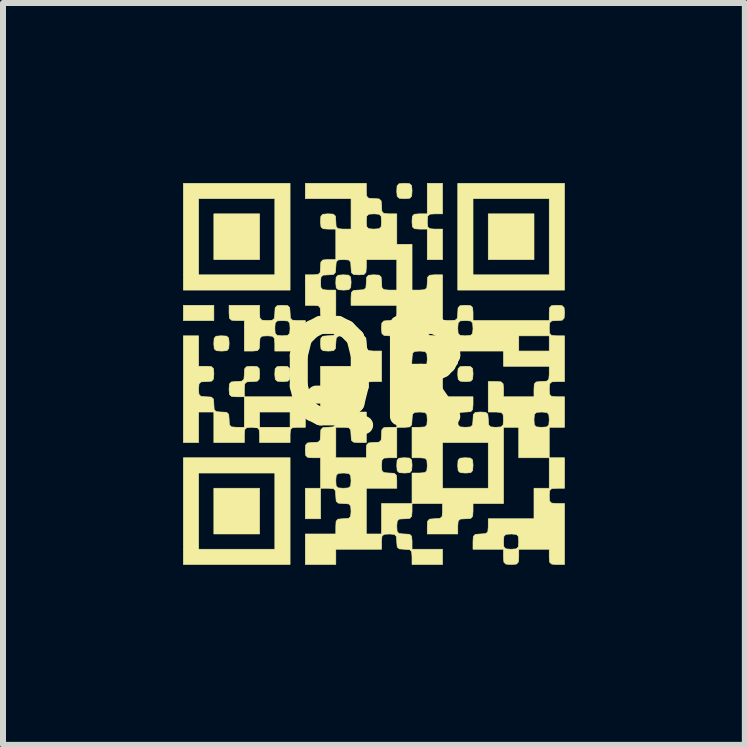
<source format=kicad_pcb>
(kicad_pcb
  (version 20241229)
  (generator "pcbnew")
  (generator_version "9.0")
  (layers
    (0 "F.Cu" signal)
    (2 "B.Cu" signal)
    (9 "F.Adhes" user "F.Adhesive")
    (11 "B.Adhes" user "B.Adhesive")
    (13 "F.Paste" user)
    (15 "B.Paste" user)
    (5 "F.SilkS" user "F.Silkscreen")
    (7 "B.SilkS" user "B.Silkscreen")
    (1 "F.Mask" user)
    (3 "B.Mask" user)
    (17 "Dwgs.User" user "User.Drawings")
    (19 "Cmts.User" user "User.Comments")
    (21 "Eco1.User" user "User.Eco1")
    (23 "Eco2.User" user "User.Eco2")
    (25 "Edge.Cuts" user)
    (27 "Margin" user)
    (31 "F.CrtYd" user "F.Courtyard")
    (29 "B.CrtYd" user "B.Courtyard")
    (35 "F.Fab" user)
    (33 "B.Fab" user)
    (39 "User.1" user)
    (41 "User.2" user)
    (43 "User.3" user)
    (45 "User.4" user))
  (footprint "QR"
    (layer "F.Cu")
    (at 3.198 3.198)
    (property "Reference" "QR" (at 0 0 0) (layer "F.SilkS") (effects (font (size 1.524 1.524) (thickness 0.3))))
    (attr through_hole)
    (fp_poly (pts (xy -2.685 -0.907) (xy -3.193 -0.907) (xy -3.193 -1.161) (xy -2.685 -1.161) (xy -2.685 -0.907)) (stroke (width 0.01) (type solid)) (fill yes) (layer "F.SilkS"))
    (fp_poly (pts (xy -1.923 -1.923) (xy -2.685 -1.923) (xy -2.685 -2.685) (xy -1.923 -2.685) (xy -1.923 -1.923)) (stroke (width 0.01) (type solid)) (fill yes) (layer "F.SilkS"))
    (fp_poly (pts (xy -1.923 2.649) (xy -2.685 2.649) (xy -2.685 1.887) (xy -1.923 1.887) (xy -1.923 2.649)) (stroke (width 0.01) (type solid)) (fill yes) (layer "F.SilkS"))
    (fp_poly (pts (xy -0.907 2.395) (xy -1.161 2.395) (xy -1.161 1.887) (xy -0.907 1.887) (xy -0.907 2.395)) (stroke (width 0.01) (type solid)) (fill yes) (layer "F.SilkS"))
    (fp_poly (pts (xy 2.649 -1.923) (xy 1.887 -1.923) (xy 1.887 -2.685) (xy 2.649 -2.685) (xy 2.649 -1.923)) (stroke (width 0.01) (type solid)) (fill yes) (layer "F.SilkS"))
    (fp_poly (pts (xy -1.415 -1.415) (xy -3.193 -1.415) (xy -3.193 -2.939) (xy -2.939 -2.939) (xy -2.939 -1.669) (xy -1.669 -1.669) (xy -1.669 -2.939) (xy -2.939 -2.939) (xy -3.193 -2.939) (xy -3.193 -3.193) (xy -1.415 -3.193) (xy -1.415 -1.415)) (stroke (width 0.01) (type solid)) (fill yes) (layer "F.SilkS"))
    (fp_poly (pts (xy -1.415 3.157) (xy -3.193 3.157) (xy -3.193 1.633) (xy -2.939 1.633) (xy -2.939 2.903) (xy -1.669 2.903) (xy -1.669 1.633) (xy -2.939 1.633) (xy -3.193 1.633) (xy -3.193 1.379) (xy -1.415 1.379) (xy -1.415 3.157)) (stroke (width 0.01) (type solid)) (fill yes) (layer "F.SilkS"))
    (fp_poly (pts (xy 3.157 -1.415) (xy 1.379 -1.415) (xy 1.379 -2.939) (xy 1.633 -2.939) (xy 1.633 -1.669) (xy 2.903 -1.669) (xy 2.903 -2.939) (xy 1.633 -2.939) (xy 1.379 -2.939) (xy 1.379 -3.193) (xy 3.157 -3.193) (xy 3.157 -1.415)) (stroke (width 0.01) (type solid)) (fill yes) (layer "F.SilkS"))
    (fp_poly (pts (xy -2.473 -0.648) (xy -2.438 -0.616) (xy -2.431 -0.536) (xy -2.431 -0.526) (xy -2.437 -0.441) (xy -2.468 -0.406) (xy -2.548 -0.399) (xy -2.558 -0.399) (xy -2.643 -0.405) (xy -2.678 -0.436) (xy -2.685 -0.516) (xy -2.685 -0.526) (xy -2.68 -0.611) (xy -2.648 -0.646) (xy -2.568 -0.653) (xy -2.558 -0.653) (xy -2.473 -0.648)) (stroke (width 0.01) (type solid)) (fill yes) (layer "F.SilkS"))
    (fp_poly (pts (xy -1.457 -0.14) (xy -1.422 -0.108) (xy -1.415 -0.028) (xy -1.415 -0.018) (xy -1.421 0.067) (xy -1.452 0.102) (xy -1.532 0.109) (xy -1.542 0.109) (xy -1.627 0.103) (xy -1.662 0.072) (xy -1.669 -0.008) (xy -1.669 -0.018) (xy -1.664 -0.103) (xy -1.632 -0.138) (xy -1.552 -0.145) (xy -1.542 -0.145) (xy -1.457 -0.14)) (stroke (width 0.01) (type solid)) (fill yes) (layer "F.SilkS"))
    (fp_poly (pts (xy -0.441 -1.664) (xy -0.406 -1.632) (xy -0.399 -1.552) (xy -0.399 -1.542) (xy -0.405 -1.457) (xy -0.436 -1.422) (xy -0.516 -1.415) (xy -0.526 -1.415) (xy -0.611 -1.421) (xy -0.646 -1.452) (xy -0.653 -1.532) (xy -0.653 -1.542) (xy -0.648 -1.627) (xy -0.616 -1.662) (xy -0.536 -1.669) (xy -0.526 -1.669) (xy -0.441 -1.664)) (stroke (width 0.01) (type solid)) (fill yes) (layer "F.SilkS"))
    (fp_poly (pts (xy 0.575 -3.188) (xy 0.61 -3.156) (xy 0.617 -3.076) (xy 0.617 -3.066) (xy 0.611 -2.981) (xy 0.58 -2.946) (xy 0.5 -2.939) (xy 0.49 -2.939) (xy 0.405 -2.945) (xy 0.37 -2.976) (xy 0.363 -3.056) (xy 0.363 -3.066) (xy 0.368 -3.151) (xy 0.4 -3.186) (xy 0.48 -3.193) (xy 0.49 -3.193) (xy 0.575 -3.188)) (stroke (width 0.01) (type solid)) (fill yes) (layer "F.SilkS"))
    (fp_poly (pts (xy 0.575 1.384) (xy 0.61 1.416) (xy 0.617 1.496) (xy 0.617 1.506) (xy 0.611 1.591) (xy 0.58 1.626) (xy 0.5 1.633) (xy 0.49 1.633) (xy 0.405 1.627) (xy 0.37 1.596) (xy 0.363 1.516) (xy 0.363 1.506) (xy 0.368 1.421) (xy 0.4 1.386) (xy 0.48 1.379) (xy 0.49 1.379) (xy 0.575 1.384)) (stroke (width 0.01) (type solid)) (fill yes) (layer "F.SilkS"))
    (fp_poly (pts (xy 1.591 -0.14) (xy 1.626 -0.108) (xy 1.633 -0.028) (xy 1.633 -0.018) (xy 1.627 0.067) (xy 1.596 0.102) (xy 1.516 0.109) (xy 1.506 0.109) (xy 1.421 0.103) (xy 1.386 0.072) (xy 1.379 -0.008) (xy 1.379 -0.018) (xy 1.384 -0.103) (xy 1.416 -0.138) (xy 1.496 -0.145) (xy 1.506 -0.145) (xy 1.591 -0.14)) (stroke (width 0.01) (type solid)) (fill yes) (layer "F.SilkS"))
    (fp_poly (pts (xy 1.591 1.384) (xy 1.626 1.416) (xy 1.633 1.496) (xy 1.633 1.506) (xy 1.627 1.591) (xy 1.596 1.626) (xy 1.516 1.633) (xy 1.506 1.633) (xy 1.421 1.627) (xy 1.386 1.596) (xy 1.379 1.516) (xy 1.379 1.506) (xy 1.384 1.421) (xy 1.416 1.386) (xy 1.496 1.379) (xy 1.506 1.379) (xy 1.591 1.384)) (stroke (width 0.01) (type solid)) (fill yes) (layer "F.SilkS"))
    (fp_poly (pts (xy 1.125 -2.685) (xy 0.998 -2.685) (xy 0.913 -2.68) (xy 0.878 -2.648) (xy 0.871 -2.568) (xy 0.871 -2.558) (xy 0.876 -2.473) (xy 0.908 -2.438) (xy 0.988 -2.431) (xy 0.998 -2.431) (xy 1.125 -2.431) (xy 1.125 -1.923) (xy 0.871 -1.923) (xy 0.871 -2.431) (xy 0.744 -2.431) (xy 0.659 -2.437) (xy 0.624 -2.468) (xy 0.617 -2.548) (xy 0.617 -2.558) (xy 0.622 -2.643) (xy 0.654 -2.678) (xy 0.734 -2.685) (xy 0.744 -2.685) (xy 0.871 -2.685) (xy 0.871 -3.193) (xy 1.125 -3.193) (xy 1.125 -2.685)) (stroke (width 0.01) (type solid)) (fill yes) (layer "F.SilkS"))
    (fp_poly (pts (xy -2.304 0.363) (xy -2.389 0.357) (xy -2.424 0.326) (xy -2.431 0.246) (xy -2.431 0.236) (xy -2.426 0.151) (xy -2.394 0.116) (xy -2.314 0.109) (xy -2.304 0.109) (xy -2.219 0.103) (xy -2.184 0.072) (xy -2.177 -0.008) (xy -2.177 -0.018) (xy -2.172 -0.103) (xy -2.14 -0.138) (xy -2.06 -0.145) (xy -2.05 -0.145) (xy -1.965 -0.14) (xy -1.93 -0.108) (xy -1.923 -0.028) (xy -1.923 -0.018) (xy -1.929 0.067) (xy -1.96 0.102) (xy -2.04 0.109) (xy -2.05 0.109) (xy -2.135 0.114) (xy -2.17 0.146) (xy -2.177 0.226) (xy -2.177 0.236) (xy -2.177 0.363) (xy -2.304 0.363)) (stroke (width 0.01) (type solid)) (fill yes) (layer "F.SilkS"))
    (fp_poly (pts (xy 3.157 1.379) (xy 3.157 1.887) (xy 3.03 1.887) (xy 2.945 1.892) (xy 2.91 1.924) (xy 2.903 2.004) (xy 2.903 2.014) (xy 2.908 2.099) (xy 2.94 2.134) (xy 3.02 2.141) (xy 3.03 2.141) (xy 3.157 2.141) (xy 3.157 3.157) (xy 3.03 3.157) (xy 2.945 3.151) (xy 2.91 3.12) (xy 2.903 3.04) (xy 2.903 3.03) (xy 2.903 2.903) (xy 2.395 2.903) (xy 2.395 3.03) (xy 2.389 3.115) (xy 2.358 3.15) (xy 2.278 3.157) (xy 2.268 3.157) (xy 2.183 3.151) (xy 2.148 3.12) (xy 2.141 3.04) (xy 2.141 3.03) (xy 2.141 2.903) (xy 1.633 2.903) (xy 1.633 2.776) (xy 2.141 2.776) (xy 2.146 2.861) (xy 2.178 2.896) (xy 2.258 2.903) (xy 2.268 2.903) (xy 2.353 2.897) (xy 2.388 2.866) (xy 2.395 2.786) (xy 2.395 2.776) (xy 2.389 2.691) (xy 2.358 2.656) (xy 2.278 2.649) (xy 2.268 2.649) (xy 2.183 2.654) (xy 2.148 2.686) (xy 2.141 2.766) (xy 2.141 2.776) (xy 1.633 2.776) (xy 1.638 2.691) (xy 1.67 2.656) (xy 1.75 2.649) (xy 1.76 2.649) (xy 1.845 2.643) (xy 1.88 2.612) (xy 1.887 2.532) (xy 1.887 2.522) (xy 1.887 2.395) (xy 2.649 2.395) (xy 2.649 1.887) (xy 2.903 1.887) (xy 2.903 1.379) (xy 3.157 1.379)) (stroke (width 0.01) (type solid)) (fill yes) (layer "F.SilkS"))
    (fp_poly (pts (xy -1.923 -1.034) (xy -1.918 -0.949) (xy -1.886 -0.914) (xy -1.806 -0.907) (xy -1.796 -0.907) (xy -1.711 -0.913) (xy -1.676 -0.944) (xy -1.669 -1.024) (xy -1.669 -1.034) (xy -1.664 -1.119) (xy -1.632 -1.154) (xy -1.552 -1.161) (xy -1.542 -1.161) (xy -1.457 -1.156) (xy -1.422 -1.124) (xy -1.415 -1.044) (xy -1.415 -1.034) (xy -1.41 -0.949) (xy -1.378 -0.914) (xy -1.298 -0.907) (xy -1.288 -0.907) (xy -1.161 -0.907) (xy -1.161 -0.399) (xy -1.669 -0.399) (xy -1.669 -0.526) (xy -1.675 -0.611) (xy -1.706 -0.646) (xy -1.786 -0.653) (xy -1.796 -0.653) (xy -1.881 -0.648) (xy -1.916 -0.616) (xy -1.923 -0.536) (xy -1.923 -0.526) (xy -1.929 -0.441) (xy -1.96 -0.406) (xy -2.04 -0.399) (xy -2.05 -0.399) (xy -2.177 -0.399) (xy -2.177 -0.78) (xy -1.669 -0.78) (xy -1.664 -0.695) (xy -1.632 -0.66) (xy -1.552 -0.653) (xy -1.542 -0.653) (xy -1.457 -0.659) (xy -1.422 -0.69) (xy -1.415 -0.77) (xy -1.415 -0.78) (xy -1.421 -0.865) (xy -1.452 -0.9) (xy -1.532 -0.907) (xy -1.542 -0.907) (xy -1.627 -0.902) (xy -1.662 -0.87) (xy -1.669 -0.79) (xy -1.669 -0.78) (xy -2.177 -0.78) (xy -2.177 -0.907) (xy -2.304 -0.907) (xy -2.389 -0.913) (xy -2.424 -0.944) (xy -2.431 -1.024) (xy -2.431 -1.034) (xy -2.431 -1.161) (xy -1.923 -1.161) (xy -1.923 -1.034)) (stroke (width 0.01) (type solid)) (fill yes) (layer "F.SilkS"))
    (fp_poly (pts (xy -1.161 0.363) (xy -1.161 0.871) (xy -1.288 0.871) (xy -1.373 0.876) (xy -1.408 0.908) (xy -1.415 0.988) (xy -1.415 0.998) (xy -1.415 1.125) (xy -1.923 1.125) (xy -1.923 0.998) (xy -1.929 0.913) (xy -1.96 0.878) (xy -2.04 0.871) (xy -2.05 0.871) (xy -2.135 0.876) (xy -2.17 0.908) (xy -2.177 0.988) (xy -2.177 0.998) (xy -2.177 1.125) (xy -2.685 1.125) (xy -2.685 0.617) (xy -2.939 0.617) (xy -2.939 1.125) (xy -3.193 1.125) (xy -3.193 -0.653) (xy -2.939 -0.653) (xy -2.939 -0.145) (xy -2.812 -0.145) (xy -2.727 -0.14) (xy -2.692 -0.108) (xy -2.685 -0.028) (xy -2.685 -0.018) (xy -2.691 0.067) (xy -2.722 0.102) (xy -2.802 0.109) (xy -2.812 0.109) (xy -2.897 0.114) (xy -2.932 0.146) (xy -2.939 0.226) (xy -2.939 0.236) (xy -2.934 0.321) (xy -2.902 0.356) (xy -2.822 0.363) (xy -2.812 0.363) (xy -2.727 0.368) (xy -2.692 0.4) (xy -2.685 0.48) (xy -2.685 0.49) (xy -2.68 0.575) (xy -2.648 0.61) (xy -2.568 0.617) (xy -2.558 0.617) (xy -2.473 0.622) (xy -2.438 0.654) (xy -2.431 0.734) (xy -2.431 0.744) (xy -2.426 0.829) (xy -2.394 0.864) (xy -2.314 0.871) (xy -2.304 0.871) (xy -2.177 0.871) (xy -2.177 0.617) (xy -1.923 0.617) (xy -1.923 0.871) (xy -1.415 0.871) (xy -1.415 0.617) (xy -1.923 0.617) (xy -2.177 0.617) (xy -2.177 0.363) (xy -1.161 0.363)) (stroke (width 0.01) (type solid)) (fill yes) (layer "F.SilkS"))
    (fp_poly (pts (xy 2.395 1.379) (xy 2.395 0.871) (xy 2.141 0.871) (xy 2.141 2.141) (xy 1.633 2.141) (xy 1.633 2.268) (xy 1.627 2.353) (xy 1.596 2.388) (xy 1.516 2.395) (xy 1.506 2.395) (xy 1.421 2.4) (xy 1.386 2.432) (xy 1.379 2.512) (xy 1.379 2.522) (xy 1.379 2.649) (xy 0.871 2.649) (xy 0.871 2.522) (xy 0.876 2.437) (xy 0.908 2.402) (xy 0.988 2.395) (xy 0.998 2.395) (xy 1.083 2.389) (xy 1.118 2.358) (xy 1.125 2.278) (xy 1.125 2.268) (xy 1.125 2.141) (xy 0.617 2.141) (xy 0.617 2.268) (xy 0.611 2.353) (xy 0.58 2.388) (xy 0.5 2.395) (xy 0.49 2.395) (xy 0.405 2.4) (xy 0.37 2.432) (xy 0.363 2.512) (xy 0.363 2.522) (xy 0.368 2.607) (xy 0.4 2.642) (xy 0.48 2.649) (xy 0.49 2.649) (xy 0.575 2.654) (xy 0.61 2.686) (xy 0.617 2.766) (xy 0.617 2.776) (xy 0.617 2.903) (xy 1.125 2.903) (xy 1.125 3.157) (xy 0.617 3.157) (xy 0.617 3.03) (xy 0.611 2.945) (xy 0.58 2.91) (xy 0.5 2.903) (xy 0.49 2.903) (xy 0.405 2.897) (xy 0.37 2.866) (xy 0.363 2.786) (xy 0.363 2.776) (xy 0.357 2.691) (xy 0.326 2.656) (xy 0.246 2.649) (xy 0.236 2.649) (xy 0.151 2.654) (xy 0.116 2.686) (xy 0.109 2.766) (xy 0.109 2.776) (xy 0.109 2.903) (xy -0.653 2.903) (xy -0.653 3.157) (xy -1.161 3.157) (xy -1.161 2.649) (xy -0.653 2.649) (xy -0.653 2.522) (xy -0.648 2.437) (xy -0.616 2.402) (xy -0.536 2.395) (xy -0.526 2.395) (xy -0.441 2.389) (xy -0.406 2.358) (xy -0.399 2.278) (xy -0.399 2.268) (xy -0.405 2.183) (xy -0.436 2.148) (xy -0.516 2.141) (xy -0.526 2.141) (xy -0.611 2.135) (xy -0.646 2.104) (xy -0.653 2.024) (xy -0.653 2.014) (xy -0.659 1.929) (xy -0.69 1.894) (xy -0.77 1.887) (xy -0.78 1.887) (xy -0.907 1.887) (xy -0.907 1.76) (xy -0.653 1.76) (xy -0.648 1.845) (xy -0.616 1.88) (xy -0.536 1.887) (xy -0.526 1.887) (xy -0.145 1.887) (xy -0.145 2.649) (xy 0.109 2.649) (xy 0.109 2.141) (xy 0.617 2.141) (xy 0.617 1.633) (xy 0.744 1.633) (xy 0.829 1.627) (xy 0.864 1.596) (xy 0.871 1.516) (xy 0.871 1.506) (xy 0.865 1.421) (xy 0.834 1.386) (xy 0.754 1.379) (xy 0.744 1.379) (xy 0.617 1.379) (xy 0.617 1.125) (xy 1.125 1.125) (xy 1.125 1.887) (xy 1.887 1.887) (xy 1.887 1.125) (xy 1.125 1.125) (xy 0.617 1.125) (xy 0.617 0.871) (xy 0.744 0.871) (xy 0.829 0.865) (xy 0.864 0.834) (xy 0.871 0.754) (xy 0.871 0.744) (xy 0.865 0.659) (xy 0.834 0.624) (xy 0.754 0.617) (xy 0.744 0.617) (xy 0.659 0.622) (xy 0.624 0.654) (xy 0.617 0.734) (xy 0.617 0.744) (xy 0.611 0.829) (xy 0.58 0.864) (xy 0.5 0.871) (xy 0.49 0.871) (xy 0.363 0.871) (xy 0.363 1.379) (xy 0.236 1.379) (xy 0.151 1.384) (xy 0.116 1.416) (xy 0.109 1.496) (xy 0.109 1.506) (xy 0.114 1.591) (xy 0.146 1.626) (xy 0.226 1.633) (xy 0.236 1.633) (xy 0.321 1.638) (xy 0.356 1.67) (xy 0.363 1.75) (xy 0.363 1.76) (xy 0.363 1.887) (xy -0.145 1.887) (xy -0.526 1.887) (xy -0.441 1.881) (xy -0.406 1.85) (xy -0.399 1.77) (xy -0.399 1.76) (xy -0.405 1.675) (xy -0.436 1.64) (xy -0.516 1.633) (xy -0.526 1.633) (xy -0.611 1.638) (xy -0.646 1.67) (xy -0.653 1.75) (xy -0.653 1.76) (xy -0.907 1.76) (xy -0.907 1.379) (xy -1.034 1.379) (xy -1.119 1.373) (xy -1.154 1.342) (xy -1.161 1.262) (xy -1.161 1.252) (xy -1.156 1.167) (xy -1.124 1.132) (xy -1.044 1.125) (xy -1.034 1.125) (xy -0.949 1.119) (xy -0.914 1.088) (xy -0.907 1.008) (xy -0.907 0.998) (xy -0.902 0.913) (xy -0.87 0.878) (xy -0.79 0.871) (xy -0.78 0.871) (xy -0.695 0.865) (xy -0.66 0.834) (xy -0.653 0.754) (xy -0.653 0.744) (xy -0.659 0.659) (xy -0.69 0.624) (xy -0.77 0.617) (xy -0.78 0.617) (xy -0.907 0.617) (xy -0.907 -0.145) (xy -0.145 -0.145) (xy -0.145 -0.272) (xy -0.151 -0.357) (xy -0.182 -0.392) (xy -0.262 -0.399) (xy -0.272 -0.399) (xy -0.357 -0.405) (xy -0.392 -0.436) (xy -0.399 -0.516) (xy -0.399 -0.526) (xy -0.405 -0.611) (xy -0.436 -0.646) (xy -0.516 -0.653) (xy -0.526 -0.653) (xy -0.611 -0.648) (xy -0.646 -0.616) (xy -0.653 -0.536) (xy -0.653 -0.526) (xy -0.659 -0.441) (xy -0.69 -0.406) (xy -0.77 -0.399) (xy -0.78 -0.399) (xy -0.865 -0.405) (xy -0.9 -0.436) (xy -0.907 -0.516) (xy -0.907 -0.526) (xy -0.902 -0.611) (xy -0.87 -0.646) (xy -0.79 -0.653) (xy -0.78 -0.653) (xy -0.695 -0.659) (xy -0.66 -0.69) (xy -0.653 -0.77) (xy -0.653 -0.78) (xy -0.659 -0.865) (xy -0.69 -0.9) (xy -0.77 -0.907) (xy -0.78 -0.907) (xy -0.865 -0.913) (xy -0.9 -0.944) (xy -0.907 -1.024) (xy -0.907 -1.034) (xy -0.913 -1.119) (xy -0.944 -1.154) (xy -1.024 -1.161) (xy -1.034 -1.161) (xy -1.161 -1.161) (xy -1.161 -1.542) (xy -0.907 -1.542) (xy -0.902 -1.457) (xy -0.87 -1.422) (xy -0.79 -1.415) (xy -0.78 -1.415) (xy -0.653 -1.415) (xy -0.653 -0.907) (xy -0.526 -0.907) (xy -0.441 -0.902) (xy -0.406 -0.87) (xy -0.399 -0.79) (xy -0.399 -0.78) (xy -0.394 -0.695) (xy -0.362 -0.66) (xy -0.282 -0.653) (xy -0.272 -0.653) (xy -0.187 -0.648) (xy -0.152 -0.616) (xy -0.145 -0.536) (xy -0.145 -0.526) (xy -0.14 -0.441) (xy -0.108 -0.406) (xy -0.028 -0.399) (xy -0.018 -0.399) (xy 0.109 -0.399) (xy 0.109 0.109) (xy -0.018 0.109) (xy -0.103 0.114) (xy -0.138 0.146) (xy -0.145 0.226) (xy -0.145 0.236) (xy -0.151 0.321) (xy -0.182 0.356) (xy -0.262 0.363) (xy -0.272 0.363) (xy -0.357 0.368) (xy -0.392 0.4) (xy -0.399 0.48) (xy -0.399 0.49) (xy -0.394 0.575) (xy -0.362 0.61) (xy -0.282 0.617) (xy -0.272 0.617) (xy -0.145 0.617) (xy -0.145 1.125) (xy -0.272 1.125) (xy -0.357 1.119) (xy -0.392 1.088) (xy -0.399 1.008) (xy -0.399 0.998) (xy -0.405 0.913) (xy -0.436 0.878) (xy -0.516 0.871) (xy -0.526 0.871) (xy -0.653 0.871) (xy -0.653 1.379) (xy -0.145 1.379) (xy -0.145 1.252) (xy -0.14 1.167) (xy -0.108 1.132) (xy -0.028 1.125) (xy -0.018 1.125) (xy 0.067 1.119) (xy 0.102 1.088) (xy 0.109 1.008) (xy 0.109 0.998) (xy 0.114 0.913) (xy 0.146 0.878) (xy 0.226 0.871) (xy 0.236 0.871) (xy 0.363 0.871) (xy 0.363 0.109) (xy 0.49 0.109) (xy 0.575 0.103) (xy 0.61 0.072) (xy 0.617 -0.008) (xy 0.617 -0.018) (xy 0.622 -0.103) (xy 0.654 -0.138) (xy 0.734 -0.145) (xy 0.744 -0.145) (xy 1.125 -0.145) (xy 1.125 0.363) (xy 1.633 0.363) (xy 1.633 0.49) (xy 1.627 0.575) (xy 1.596 0.61) (xy 1.516 0.617) (xy 1.506 0.617) (xy 1.421 0.622) (xy 1.386 0.654) (xy 1.379 0.734) (xy 1.379 0.744) (xy 1.384 0.829) (xy 1.416 0.864) (xy 1.496 0.871) (xy 1.506 0.871) (xy 1.591 0.865) (xy 1.626 0.834) (xy 1.633 0.754) (xy 1.633 0.744) (xy 1.638 0.659) (xy 1.67 0.624) (xy 1.75 0.617) (xy 1.76 0.617) (xy 1.845 0.622) (xy 1.88 0.654) (xy 1.887 0.734) (xy 1.887 0.744) (xy 1.892 0.829) (xy 1.924 0.864) (xy 2.004 0.871) (xy 2.014 0.871) (xy 2.099 0.865) (xy 2.134 0.834) (xy 2.141 0.754) (xy 2.141 0.744) (xy 2.649 0.744) (xy 2.654 0.829) (xy 2.686 0.864) (xy 2.766 0.871) (xy 2.776 0.871) (xy 2.861 0.865) (xy 2.896 0.834) (xy 2.903 0.754) (xy 2.903 0.744) (xy 2.897 0.659) (xy 2.866 0.624) (xy 2.786 0.617) (xy 2.776 0.617) (xy 2.691 0.622) (xy 2.656 0.654) (xy 2.649 0.734) (xy 2.649 0.744) (xy 2.141 0.744) (xy 2.135 0.659) (xy 2.104 0.624) (xy 2.024 0.617) (xy 2.014 0.617) (xy 1.887 0.617) (xy 1.887 0.109) (xy 2.014 0.109) (xy 2.099 0.114) (xy 2.134 0.146) (xy 2.141 0.226) (xy 2.141 0.236) (xy 2.141 0.363) (xy 2.649 0.363) (xy 2.649 0.236) (xy 2.654 0.151) (xy 2.686 0.116) (xy 2.766 0.109) (xy 2.776 0.109) (xy 2.861 0.103) (xy 2.896 0.072) (xy 2.903 -0.008) (xy 2.903 -0.018) (xy 2.903 -0.145) (xy 2.141 -0.145) (xy 2.141 -0.399) (xy 1.379 -0.399) (xy 1.379 -0.272) (xy 1.373 -0.187) (xy 1.342 -0.152) (xy 1.262 -0.145) (xy 1.252 -0.145) (xy 1.125 -0.145) (xy 0.744 -0.145) (xy 0.829 -0.151) (xy 0.864 -0.182) (xy 0.871 -0.262) (xy 0.871 -0.272) (xy 0.865 -0.357) (xy 0.834 -0.392) (xy 0.754 -0.399) (xy 0.744 -0.399) (xy 0.659 -0.394) (xy 0.624 -0.362) (xy 0.617 -0.282) (xy 0.617 -0.272) (xy 0.611 -0.187) (xy 0.58 -0.152) (xy 0.5 -0.145) (xy 0.49 -0.145) (xy 0.363 -0.145) (xy 0.363 -0.653) (xy 0.236 -0.653) (xy 0.151 -0.659) (xy 0.116 -0.69) (xy 0.109 -0.77) (xy 0.109 -0.78) (xy 0.871 -0.78) (xy 0.876 -0.695) (xy 0.908 -0.66) (xy 0.988 -0.653) (xy 0.998 -0.653) (xy 1.083 -0.659) (xy 1.118 -0.69) (xy 1.125 -0.77) (xy 1.125 -0.78) (xy 1.379 -0.78) (xy 1.384 -0.695) (xy 1.416 -0.66) (xy 1.496 -0.653) (xy 1.506 -0.653) (xy 2.395 -0.653) (xy 2.395 -0.399) (xy 2.903 -0.399) (xy 2.903 -0.653) (xy 2.395 -0.653) (xy 1.506 -0.653) (xy 1.591 -0.659) (xy 1.626 -0.69) (xy 1.633 -0.77) (xy 1.633 -0.78) (xy 1.627 -0.865) (xy 1.596 -0.9) (xy 1.516 -0.907) (xy 1.506 -0.907) (xy 1.421 -0.902) (xy 1.386 -0.87) (xy 1.379 -0.79) (xy 1.379 -0.78) (xy 1.125 -0.78) (xy 1.119 -0.865) (xy 1.088 -0.9) (xy 1.008 -0.907) (xy 0.998 -0.907) (xy 0.913 -0.902) (xy 0.878 -0.87) (xy 0.871 -0.79) (xy 0.871 -0.78) (xy 0.109 -0.78) (xy 0.114 -0.865) (xy 0.146 -0.9) (xy 0.226 -0.907) (xy 0.236 -0.907) (xy 0.321 -0.913) (xy 0.356 -0.944) (xy 0.363 -1.024) (xy 0.363 -1.034) (xy 0.363 -1.161) (xy -0.399 -1.161) (xy -0.399 -1.288) (xy -0.394 -1.373) (xy -0.362 -1.408) (xy -0.282 -1.415) (xy -0.272 -1.415) (xy -0.187 -1.421) (xy -0.152 -1.452) (xy -0.145 -1.532) (xy -0.145 -1.542) (xy -0.14 -1.627) (xy -0.108 -1.662) (xy -0.028 -1.669) (xy -0.018 -1.669) (xy 0.067 -1.664) (xy 0.102 -1.632) (xy 0.109 -1.552) (xy 0.109 -1.542) (xy 0.114 -1.457) (xy 0.146 -1.422) (xy 0.226 -1.415) (xy 0.236 -1.415) (xy 0.363 -1.415) (xy 0.363 -1.923) (xy -0.145 -1.923) (xy -0.145 -1.796) (xy -0.151 -1.711) (xy -0.182 -1.676) (xy -0.262 -1.669) (xy -0.272 -1.669) (xy -0.357 -1.675) (xy -0.392 -1.706) (xy -0.399 -1.786) (xy -0.399 -1.796) (xy -0.405 -1.881) (xy -0.436 -1.916) (xy -0.516 -1.923) (xy -0.526 -1.923) (xy -0.611 -1.918) (xy -0.646 -1.886) (xy -0.653 -1.806) (xy -0.653 -1.796) (xy -0.659 -1.711) (xy -0.69 -1.676) (xy -0.77 -1.669) (xy -0.78 -1.669) (xy -0.865 -1.664) (xy -0.9 -1.632) (xy -0.907 -1.552) (xy -0.907 -1.542) (xy -1.161 -1.542) (xy -1.161 -1.669) (xy -1.034 -1.669) (xy -0.949 -1.675) (xy -0.914 -1.706) (xy -0.907 -1.786) (xy -0.907 -1.796) (xy -0.902 -1.881) (xy -0.87 -1.916) (xy -0.79 -1.923) (xy -0.78 -1.923) (xy -0.653 -1.923) (xy -0.653 -2.431) (xy -0.78 -2.431) (xy -0.865 -2.437) (xy -0.9 -2.468) (xy -0.907 -2.548) (xy -0.907 -2.558) (xy -0.902 -2.643) (xy -0.87 -2.678) (xy -0.79 -2.685) (xy -0.78 -2.685) (xy -0.695 -2.68) (xy -0.66 -2.648) (xy -0.653 -2.568) (xy -0.653 -2.558) (xy -0.648 -2.473) (xy -0.616 -2.438) (xy -0.536 -2.431) (xy -0.526 -2.431) (xy -0.399 -2.431) (xy -0.399 -2.558) (xy -0.145 -2.558) (xy -0.14 -2.473) (xy -0.108 -2.438) (xy -0.028 -2.431) (xy -0.018 -2.431) (xy 0.067 -2.437) (xy 0.102 -2.468) (xy 0.109 -2.548) (xy 0.109 -2.558) (xy 0.103 -2.643) (xy 0.072 -2.678) (xy -0.008 -2.685) (xy -0.018 -2.685) (xy -0.103 -2.68) (xy -0.138 -2.648) (xy -0.145 -2.568) (xy -0.145 -2.558) (xy -0.399 -2.558) (xy -0.399 -2.939) (xy -1.161 -2.939) (xy -1.161 -3.193) (xy -0.145 -3.193) (xy -0.145 -3.066) (xy -0.14 -2.981) (xy -0.108 -2.946) (xy -0.028 -2.939) (xy -0.018 -2.939) (xy 0.067 -2.934) (xy 0.102 -2.902) (xy 0.109 -2.822) (xy 0.109 -2.812) (xy 0.114 -2.727) (xy 0.146 -2.692) (xy 0.226 -2.685) (xy 0.236 -2.685) (xy 0.363 -2.685) (xy 0.363 -2.177) (xy 0.617 -2.177) (xy 0.617 -1.415) (xy 0.744 -1.415) (xy 0.829 -1.421) (xy 0.864 -1.452) (xy 0.871 -1.532) (xy 0.871 -1.542) (xy 0.876 -1.627) (xy 0.908 -1.662) (xy 0.988 -1.669) (xy 0.998 -1.669) (xy 1.125 -1.669) (xy 1.125 -0.907) (xy 1.252 -0.907) (xy 1.337 -0.913) (xy 1.372 -0.944) (xy 1.379 -1.024) (xy 1.379 -1.034) (xy 1.384 -1.119) (xy 1.416 -1.154) (xy 1.496 -1.161) (xy 1.506 -1.161) (xy 1.591 -1.156) (xy 1.626 -1.124) (xy 1.633 -1.044) (xy 1.633 -1.034) (xy 1.633 -0.907) (xy 2.903 -0.907) (xy 2.903 -1.034) (xy 2.908 -1.119) (xy 2.94 -1.154) (xy 3.02 -1.161) (xy 3.03 -1.161) (xy 3.115 -1.156) (xy 3.15 -1.124) (xy 3.157 -1.044) (xy 3.157 -1.034) (xy 3.151 -0.949) (xy 3.12 -0.914) (xy 3.04 -0.907) (xy 3.03 -0.907) (xy 2.945 -0.902) (xy 2.91 -0.87) (xy 2.903 -0.79) (xy 2.903 -0.78) (xy 2.908 -0.695) (xy 2.94 -0.66) (xy 3.02 -0.653) (xy 3.03 -0.653) (xy 3.157 -0.653) (xy 3.157 0.109) (xy 3.03 0.109) (xy 2.945 0.114) (xy 2.91 0.146) (xy 2.903 0.226) (xy 2.903 0.236) (xy 2.908 0.321) (xy 2.94 0.356) (xy 3.02 0.363) (xy 3.03 0.363) (xy 3.157 0.363) (xy 3.157 0.871) (xy 2.903 0.871) (xy 2.903 1.379) (xy 2.395 1.379)) (stroke (width 0.01) (type solid)) (fill yes) (layer "F.SilkS")))
  (gr_rect
    (start -3 -3)
    (end 9.36 9.36)
    (stroke (width 0.1) (type default))
    (fill no)
    (layer "Edge.Cuts")))
</source>
